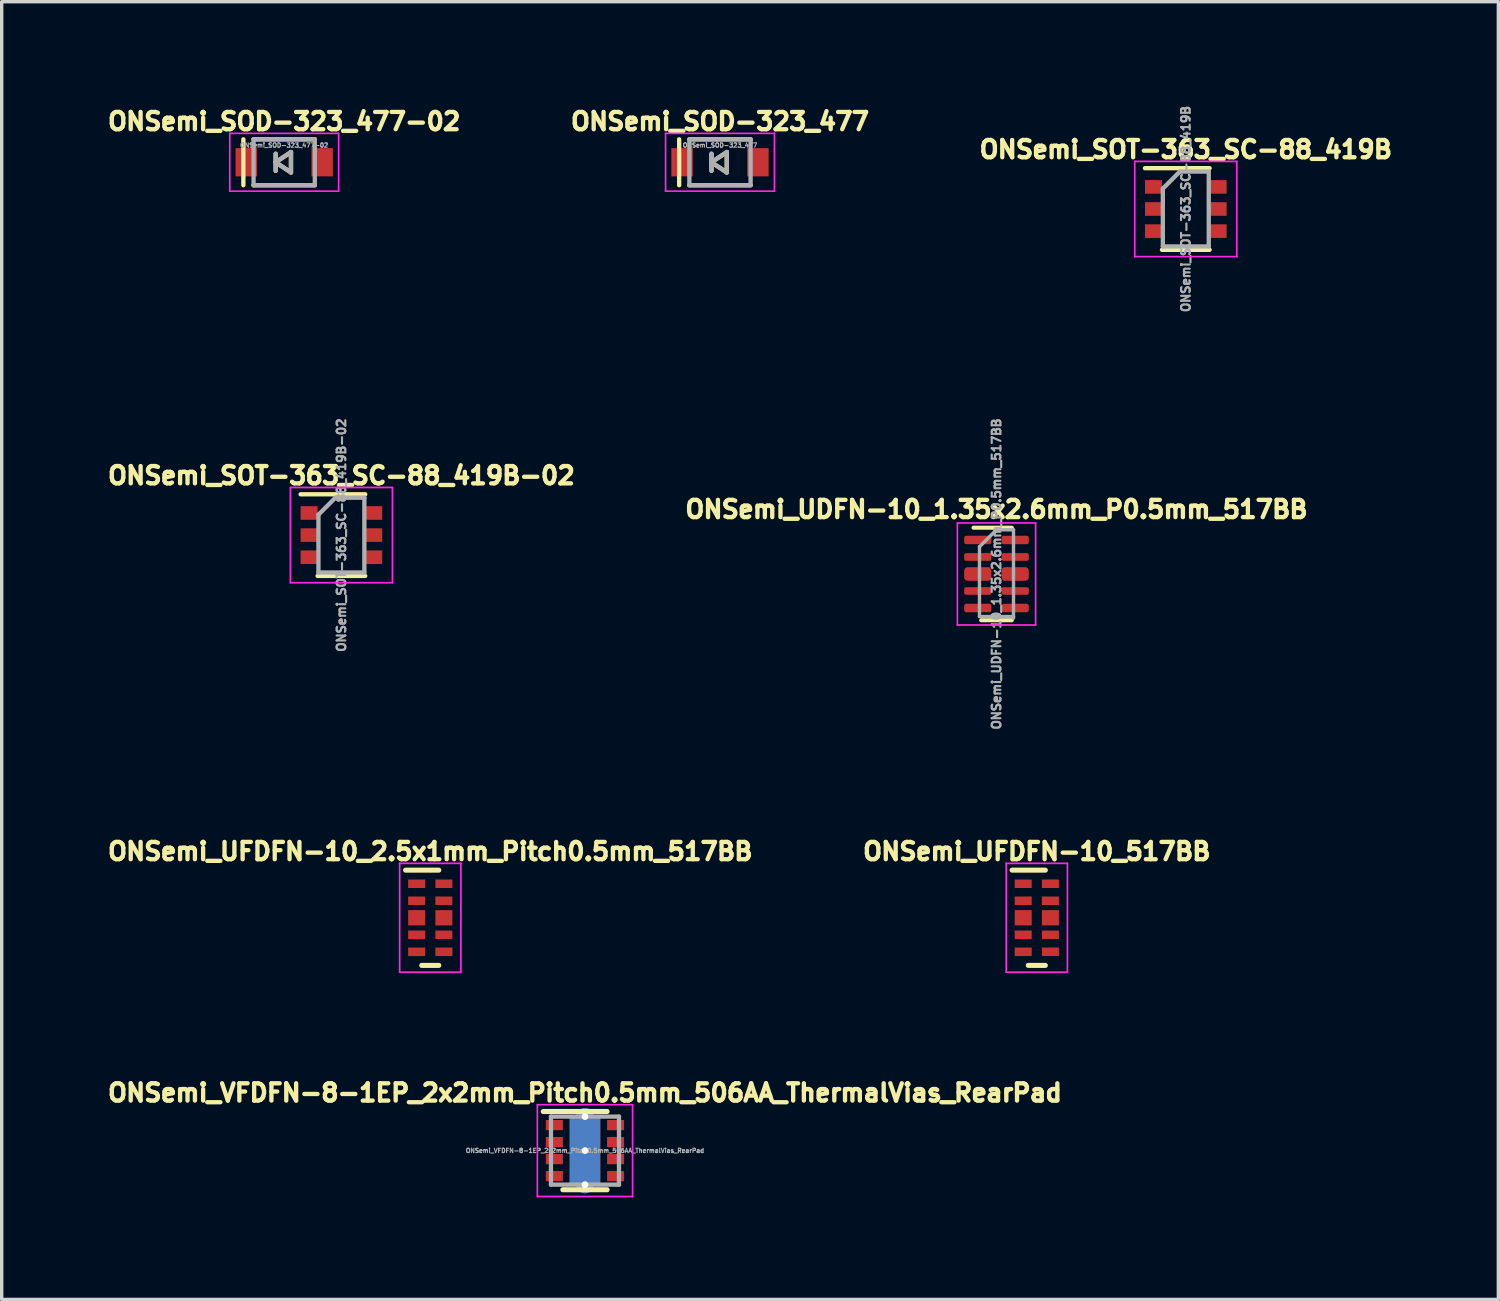
<source format=kicad_pcb>
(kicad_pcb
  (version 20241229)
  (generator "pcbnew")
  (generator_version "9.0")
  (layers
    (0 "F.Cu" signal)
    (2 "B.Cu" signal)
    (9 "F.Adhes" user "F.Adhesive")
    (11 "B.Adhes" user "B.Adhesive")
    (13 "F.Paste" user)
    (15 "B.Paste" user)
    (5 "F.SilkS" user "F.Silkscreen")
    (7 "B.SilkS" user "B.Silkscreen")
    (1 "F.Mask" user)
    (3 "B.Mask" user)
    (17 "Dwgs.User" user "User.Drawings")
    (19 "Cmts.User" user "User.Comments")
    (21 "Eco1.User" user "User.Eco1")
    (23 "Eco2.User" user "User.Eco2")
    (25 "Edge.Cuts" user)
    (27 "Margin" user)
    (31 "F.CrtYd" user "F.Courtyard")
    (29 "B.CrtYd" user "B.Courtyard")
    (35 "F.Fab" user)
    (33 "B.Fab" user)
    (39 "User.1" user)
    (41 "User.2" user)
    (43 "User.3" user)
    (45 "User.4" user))
  (footprint "ONSemi_SOT-363_SC-88_419B"
    (layer "F.Cu")
    (at 31.808 3.094)
    (property "Reference" "ONSemi_SOT-363_SC-88_419B" (at 0 -1.75 0) (layer "F.SilkS") (effects (font (size 0.508 0.508) (thickness 0.127))))
    (attr smd)
    (fp_line (start -0.7 1.2) (end 0.7 1.2) (stroke (width 0.127) (type solid)) (layer "F.SilkS"))
    (fp_line (start 0.7 -1.2) (end -1.2 -1.2) (stroke (width 0.127) (type solid)) (layer "F.SilkS"))
    (fp_line (start -1.5 -1.4) (end -1.5 1.4) (stroke (width 0.05) (type solid)) (layer "F.CrtYd"))
    (fp_line (start -1.5 -1.4) (end 1.5 -1.4) (stroke (width 0.05) (type solid)) (layer "F.CrtYd"))
    (fp_line (start -1.5 1.4) (end 1.5 1.4) (stroke (width 0.05) (type solid)) (layer "F.CrtYd"))
    (fp_line (start 1.5 1.4) (end 1.5 -1.4) (stroke (width 0.05) (type solid)) (layer "F.CrtYd"))
    (fp_line (start -0.675 -0.6) (end -0.675 1.1) (stroke (width 0.127) (type solid)) (layer "F.Fab"))
    (fp_line (start -0.175 -1.1) (end -0.675 -0.6) (stroke (width 0.127) (type solid)) (layer "F.Fab"))
    (fp_line (start 0.675 -1.1) (end -0.175 -1.1) (stroke (width 0.127) (type solid)) (layer "F.Fab"))
    (fp_line (start 0.675 -1.1) (end 0.675 1.1) (stroke (width 0.127) (type solid)) (layer "F.Fab"))
    (fp_line (start 0.675 1.1) (end -0.675 1.1) (stroke (width 0.127) (type solid)) (layer "F.Fab"))
    (fp_text user "${REFERENCE}" (at 0 0 90) (layer "F.Fab") (effects (font (size 0.254 0.254) (thickness 0.064))))
    (pad "1" smd rect (at -0.95 -0.65) (size 0.5 0.4) (layers "F.Cu" "F.Mask" "F.Paste"))
    (pad "2" smd rect (at -0.95 0) (size 0.5 0.4) (layers "F.Cu" "F.Mask" "F.Paste"))
    (pad "3" smd rect (at -0.95 0.65) (size 0.5 0.4) (layers "F.Cu" "F.Mask" "F.Paste"))
    (pad "4" smd rect (at 0.95 0.65) (size 0.5 0.4) (layers "F.Cu" "F.Mask" "F.Paste"))
    (pad "5" smd rect (at 0.95 0) (size 0.5 0.4) (layers "F.Cu" "F.Mask" "F.Paste"))
    (pad "6" smd rect (at 0.95 -0.65) (size 0.5 0.4) (layers "F.Cu" "F.Mask" "F.Paste")))
  (footprint "ONSemi_UFDFN-10_517BB"
    (layer "F.Cu")
    (at 27.428 23.929)
    (property "Reference" "ONSemi_UFDFN-10_517BB" (at 0 -1.95 0) (layer "F.SilkS") (effects (font (size 0.508 0.508) (thickness 0.127))))
    (attr smd)
    (fp_line (start -0.725 -1.4) (end 0.25 -1.4) (stroke (width 0.15) (type solid)) (layer "F.SilkS"))
    (fp_line (start -0.25 1.4) (end 0.25 1.4) (stroke (width 0.15) (type solid)) (layer "F.SilkS"))
    (fp_line (start -0.9 -1.6) (end -0.9 1.6) (stroke (width 0.05) (type solid)) (layer "F.CrtYd"))
    (fp_line (start -0.9 -1.6) (end 0.9 -1.6) (stroke (width 0.05) (type solid)) (layer "F.CrtYd"))
    (fp_line (start -0.9 1.6) (end 0.9 1.6) (stroke (width 0.05) (type solid)) (layer "F.CrtYd"))
    (fp_line (start 0.9 -1.6) (end 0.9 1.6) (stroke (width 0.05) (type solid)) (layer "F.CrtYd"))
    (pad "1" smd rect (at -0.4 -1) (size 0.5 0.25) (layers "F.Cu" "F.Mask" "F.Paste"))
    (pad "2" smd rect (at -0.4 -0.5) (size 0.5 0.25) (layers "F.Cu" "F.Mask" "F.Paste"))
    (pad "3" smd rect (at -0.4 0) (size 0.5 0.45) (layers "F.Cu" "F.Mask" "F.Paste"))
    (pad "4" smd rect (at -0.4 0.5) (size 0.5 0.25) (layers "F.Cu" "F.Mask" "F.Paste"))
    (pad "5" smd rect (at -0.4 1) (size 0.5 0.25) (layers "F.Cu" "F.Mask" "F.Paste"))
    (pad "6" smd rect (at 0.4 1) (size 0.5 0.25) (layers "F.Cu" "F.Mask" "F.Paste"))
    (pad "7" smd rect (at 0.4 0.5) (size 0.5 0.25) (layers "F.Cu" "F.Mask" "F.Paste"))
    (pad "8" smd rect (at 0.4 0) (size 0.5 0.45) (layers "F.Cu" "F.Mask" "F.Paste"))
    (pad "9" smd rect (at 0.4 -0.5) (size 0.5 0.25) (layers "F.Cu" "F.Mask" "F.Paste"))
    (pad "10" smd rect (at 0.4 -1) (size 0.5 0.25) (layers "F.Cu" "F.Mask" "F.Paste")))
  (footprint "ONSemi_SOT-363_SC-88_419B-02"
    (layer "F.Cu")
    (at 6.986 12.68)
    (property "Reference" "ONSemi_SOT-363_SC-88_419B-02" (at 0 -1.75 0) (layer "F.SilkS") (effects (font (size 0.508 0.508) (thickness 0.127))))
    (attr smd)
    (fp_line (start -0.7 1.2) (end 0.7 1.2) (stroke (width 0.127) (type solid)) (layer "F.SilkS"))
    (fp_line (start 0.7 -1.2) (end -1.2 -1.2) (stroke (width 0.127) (type solid)) (layer "F.SilkS"))
    (fp_line (start -1.5 -1.4) (end -1.5 1.4) (stroke (width 0.05) (type solid)) (layer "F.CrtYd"))
    (fp_line (start -1.5 -1.4) (end 1.5 -1.4) (stroke (width 0.05) (type solid)) (layer "F.CrtYd"))
    (fp_line (start -1.5 1.4) (end 1.5 1.4) (stroke (width 0.05) (type solid)) (layer "F.CrtYd"))
    (fp_line (start 1.5 1.4) (end 1.5 -1.4) (stroke (width 0.05) (type solid)) (layer "F.CrtYd"))
    (fp_line (start -0.675 -0.6) (end -0.675 1.1) (stroke (width 0.127) (type solid)) (layer "F.Fab"))
    (fp_line (start -0.175 -1.1) (end -0.675 -0.6) (stroke (width 0.127) (type solid)) (layer "F.Fab"))
    (fp_line (start 0.675 -1.1) (end -0.175 -1.1) (stroke (width 0.127) (type solid)) (layer "F.Fab"))
    (fp_line (start 0.675 -1.1) (end 0.675 1.1) (stroke (width 0.127) (type solid)) (layer "F.Fab"))
    (fp_line (start 0.675 1.1) (end -0.675 1.1) (stroke (width 0.127) (type solid)) (layer "F.Fab"))
    (fp_text user "${REFERENCE}" (at 0 0 90) (layer "F.Fab") (effects (font (size 0.254 0.254) (thickness 0.064))))
    (pad "1" smd rect (at -0.95 -0.65) (size 0.5 0.4) (layers "F.Cu" "F.Mask" "F.Paste"))
    (pad "2" smd rect (at -0.95 0) (size 0.5 0.4) (layers "F.Cu" "F.Mask" "F.Paste"))
    (pad "3" smd rect (at -0.95 0.65) (size 0.5 0.4) (layers "F.Cu" "F.Mask" "F.Paste"))
    (pad "4" smd rect (at 0.95 0.65) (size 0.5 0.4) (layers "F.Cu" "F.Mask" "F.Paste"))
    (pad "5" smd rect (at 0.95 0) (size 0.5 0.4) (layers "F.Cu" "F.Mask" "F.Paste"))
    (pad "6" smd rect (at 0.95 -0.65) (size 0.5 0.4) (layers "F.Cu" "F.Mask" "F.Paste")))
  (footprint "ONSemi_VFDFN-8-1EP_2x2mm_Pitch0.5mm_506AA_ThermalVias_RearPad"
    (layer "F.Cu")
    (at 14.146 30.774)
    (property "Reference" "ONSemi_VFDFN-8-1EP_2x2mm_Pitch0.5mm_506AA_ThermalVias_RearPad" (at 0 -1.7 0) (layer "F.SilkS") (effects (font (size 0.508 0.508) (thickness 0.127))))
    (attr smd)
    (fp_line (start -1.225 -1.15) (end 0.65 -1.15) (stroke (width 0.15) (type solid)) (layer "F.SilkS"))
    (fp_line (start -0.65 1.15) (end 0.65 1.15) (stroke (width 0.15) (type solid)) (layer "F.SilkS"))
    (fp_line (start -1.4 -1.35) (end -1.4 1.35) (stroke (width 0.05) (type solid)) (layer "F.CrtYd"))
    (fp_line (start -1.4 -1.35) (end 1.4 -1.35) (stroke (width 0.05) (type solid)) (layer "F.CrtYd"))
    (fp_line (start -1.4 1.35) (end 1.4 1.35) (stroke (width 0.05) (type solid)) (layer "F.CrtYd"))
    (fp_line (start 1.4 -1.35) (end 1.4 1.35) (stroke (width 0.05) (type solid)) (layer "F.CrtYd"))
    (fp_line (start -1 -1) (end 1 -1) (stroke (width 0.127) (type solid)) (layer "F.Fab"))
    (fp_line (start -1 1) (end -1 -1) (stroke (width 0.127) (type solid)) (layer "F.Fab"))
    (fp_line (start 1 -1) (end 1 1) (stroke (width 0.127) (type solid)) (layer "F.Fab"))
    (fp_line (start 1 1) (end -1 1) (stroke (width 0.127) (type solid)) (layer "F.Fab"))
    (fp_text user "${REFERENCE}" (at 0 0 0) (layer "F.Fab") (effects (font (size 0.127 0.127) (thickness 0.032))))
    (pad "" smd rect (at 0 -0.325) (size 0.9 0.65) (layers "F.Paste"))
    (pad "" smd rect (at 0 0.325) (size 0.9 0.65) (layers "F.Paste"))
    (pad "1" smd rect (at -0.9 -0.75) (size 0.5 0.3) (layers "F.Cu" "F.Mask" "F.Paste"))
    (pad "2" smd rect (at -0.9 -0.25) (size 0.5 0.3) (layers "F.Cu" "F.Mask" "F.Paste"))
    (pad "3" smd rect (at -0.9 0.25) (size 0.5 0.3) (layers "F.Cu" "F.Mask" "F.Paste"))
    (pad "4" smd rect (at -0.9 0.75) (size 0.5 0.3) (layers "F.Cu" "F.Mask" "F.Paste"))
    (pad "5" smd rect (at 0.9 0.75) (size 0.5 0.3) (layers "F.Cu" "F.Mask" "F.Paste"))
    (pad "6" smd rect (at 0.9 0.25) (size 0.5 0.3) (layers "F.Cu" "F.Mask" "F.Paste"))
    (pad "7" smd rect (at 0.9 -0.25) (size 0.5 0.3) (layers "F.Cu" "F.Mask" "F.Paste"))
    (pad "8" smd rect (at 0.9 -0.75) (size 0.5 0.3) (layers "F.Cu" "F.Mask" "F.Paste"))
    (pad "9" thru_hole circle (at 0 -1) (size 0.508 0.508) (drill 0.2) (layers "*.Cu"))
    (pad "9" smd rect (at 0 -0.825) (size 0.9 0.35) (layers "F.Cu"))
    (pad "9" thru_hole circle (at 0 0) (size 0.508 0.508) (drill 0.2) (layers "*.Cu"))
    (pad "9" smd rect (at 0 0) (size 0.9 1.3) (layers "F.Cu" "F.Mask"))
    (pad "9" smd rect (at 0 0) (size 0.9 2) (layers "B.Cu" "B.Mask"))
    (pad "9" smd rect (at 0 0.825) (size 0.9 0.35) (layers "F.Cu"))
    (pad "9" thru_hole circle (at 0 1) (size 0.508 0.508) (drill 0.2) (layers "*.Cu")))
  (footprint "ONSemi_UDFN-10_1.35x2.6mm_P0.5mm_517BB"
    (layer "F.Cu")
    (at 26.243 13.823)
    (property "Reference" "ONSemi_UDFN-10_1.35x2.6mm_P0.5mm_517BB" (at 0 -1.9 0) (layer "F.SilkS") (effects (font (size 0.508 0.508) (thickness 0.127))))
    (attr smd)
    (fp_line (start -0.675 -1.36) (end 0.45 -1.36) (stroke (width 0.12) (type solid)) (layer "F.SilkS"))
    (fp_line (start -0.45 1.36) (end 0.45 1.36) (stroke (width 0.12) (type solid)) (layer "F.SilkS"))
    (fp_line (start -1.15 -1.5) (end -1.15 1.5) (stroke (width 0.05) (type solid)) (layer "F.CrtYd"))
    (fp_line (start -1.15 -1.5) (end 1.15 -1.5) (stroke (width 0.05) (type solid)) (layer "F.CrtYd"))
    (fp_line (start -1.15 1.5) (end 1.15 1.5) (stroke (width 0.05) (type solid)) (layer "F.CrtYd"))
    (fp_line (start 1.15 -1.5) (end 1.15 1.5) (stroke (width 0.05) (type solid)) (layer "F.CrtYd"))
    (fp_line (start -0.5 -0.8) (end 0 -1.3) (stroke (width 0.1) (type solid)) (layer "F.Fab"))
    (fp_line (start -0.5 1.25) (end -0.5 -0.8) (stroke (width 0.1) (type solid)) (layer "F.Fab"))
    (fp_line (start 0 -1.3) (end 0.5 -1.3) (stroke (width 0.1) (type solid)) (layer "F.Fab"))
    (fp_line (start 0.5 -1.3) (end 0.5 1.3) (stroke (width 0.1) (type solid)) (layer "F.Fab"))
    (fp_line (start 0.5 1.25) (end -0.5 1.25) (stroke (width 0.1) (type solid)) (layer "F.Fab"))
    (fp_text user "${REFERENCE}" (at 0 0 90) (layer "F.Fab") (effects (font (size 0.254 0.254) (thickness 0.064))))
    (pad "1" smd roundrect (at -0.55 -1) (size 0.8 0.25) (layers "F.Cu" "F.Mask" "F.Paste") (roundrect_rratio 0.25))
    (pad "2" smd roundrect (at -0.55 -0.5) (size 0.8 0.225) (layers "F.Cu" "F.Mask" "F.Paste") (roundrect_rratio 0.25))
    (pad "3" smd roundrect (at -0.55 0) (size 0.8 0.4) (layers "F.Cu" "F.Mask" "F.Paste") (roundrect_rratio 0.25))
    (pad "4" smd roundrect (at -0.55 0.5) (size 0.8 0.225) (layers "F.Cu" "F.Mask" "F.Paste") (roundrect_rratio 0.25))
    (pad "5" smd roundrect (at -0.55 1) (size 0.8 0.25) (layers "F.Cu" "F.Mask" "F.Paste") (roundrect_rratio 0.25))
    (pad "6" smd roundrect (at 0.55 1) (size 0.8 0.25) (layers "F.Cu" "F.Mask" "F.Paste") (roundrect_rratio 0.25))
    (pad "7" smd roundrect (at 0.55 0.5) (size 0.8 0.225) (layers "F.Cu" "F.Mask" "F.Paste") (roundrect_rratio 0.25))
    (pad "8" smd roundrect (at 0.55 0) (size 0.8 0.4) (layers "F.Cu" "F.Mask" "F.Paste") (roundrect_rratio 0.25))
    (pad "9" smd roundrect (at 0.55 -0.5) (size 0.8 0.225) (layers "F.Cu" "F.Mask" "F.Paste") (roundrect_rratio 0.25))
    (pad "10" smd roundrect (at 0.55 -1) (size 0.8 0.25) (layers "F.Cu" "F.Mask" "F.Paste") (roundrect_rratio 0.25)))
  (footprint "ONSemi_SOD-323_477-02"
    (layer "F.Cu")
    (at 5.304 1.72)
    (property "Reference" "ONSemi_SOD-323_477-02" (at 0 -1.2 0) (layer "F.SilkS") (effects (font (size 0.508 0.508) (thickness 0.127))))
    (attr through_hole)
    (fp_line (start -1.2 -0.675) (end -1.2 0.675) (stroke (width 0.127) (type solid)) (layer "F.SilkS"))
    (fp_line (start -0.9 -0.675) (end 0.9 -0.675) (stroke (width 0.127) (type solid)) (layer "F.SilkS"))
    (fp_line (start -0.9 0.675) (end 0.9 0.675) (stroke (width 0.127) (type solid)) (layer "F.SilkS"))
    (fp_line (start -0.25 -0.25) (end -0.25 0.25) (stroke (width 0.127) (type solid)) (layer "F.SilkS"))
    (fp_line (start -0.25 0) (end 0.2 -0.3) (stroke (width 0.127) (type solid)) (layer "F.SilkS"))
    (fp_line (start 0.2 -0.3) (end 0.2 0.3) (stroke (width 0.127) (type solid)) (layer "F.SilkS"))
    (fp_line (start 0.2 0.3) (end -0.25 0) (stroke (width 0.127) (type solid)) (layer "F.SilkS"))
    (fp_line (start -1.6 -0.85) (end 1.6 -0.85) (stroke (width 0.05) (type solid)) (layer "F.CrtYd"))
    (fp_line (start -1.6 0.85) (end -1.6 -0.85) (stroke (width 0.05) (type solid)) (layer "F.CrtYd"))
    (fp_line (start -1.6 0.85) (end 1.6 0.85) (stroke (width 0.05) (type solid)) (layer "F.CrtYd"))
    (fp_line (start 1.6 -0.85) (end 1.6 0.85) (stroke (width 0.05) (type solid)) (layer "F.CrtYd"))
    (fp_line (start -0.9 -0.675) (end -0.9 0.675) (stroke (width 0.127) (type solid)) (layer "F.Fab"))
    (fp_line (start -0.9 -0.675) (end 0.9 -0.675) (stroke (width 0.127) (type solid)) (layer "F.Fab"))
    (fp_line (start -0.9 0.675) (end 0.9 0.675) (stroke (width 0.127) (type solid)) (layer "F.Fab"))
    (fp_line (start -0.25 -0.25) (end -0.25 0.25) (stroke (width 0.127) (type solid)) (layer "F.Fab"))
    (fp_line (start -0.25 0) (end 0.2 -0.3) (stroke (width 0.127) (type solid)) (layer "F.Fab"))
    (fp_line (start 0.2 -0.3) (end 0.2 0.3) (stroke (width 0.127) (type solid)) (layer "F.Fab"))
    (fp_line (start 0.2 0.3) (end -0.25 0) (stroke (width 0.127) (type solid)) (layer "F.Fab"))
    (fp_line (start 0.9 -0.675) (end 0.9 0.675) (stroke (width 0.127) (type solid)) (layer "F.Fab"))
    (fp_text user "${REFERENCE}" (at 0 -0.5 0) (layer "F.Fab") (effects (font (size 0.127 0.127) (thickness 0.032))))
    (pad "1" smd rect (at -1.115 0) (size 0.63 0.83) (layers "F.Cu" "F.Mask" "F.Paste"))
    (pad "2" smd rect (at 1.115 0) (size 0.63 0.83) (layers "F.Cu" "F.Mask" "F.Paste")))
  (footprint "ONSemi_SOD-323_477"
    (layer "F.Cu")
    (at 18.115 1.72)
    (property "Reference" "ONSemi_SOD-323_477" (at 0 -1.2 0) (layer "F.SilkS") (effects (font (size 0.508 0.508) (thickness 0.127))))
    (attr through_hole)
    (fp_line (start -1.2 -0.675) (end -1.2 0.675) (stroke (width 0.127) (type solid)) (layer "F.SilkS"))
    (fp_line (start -0.9 -0.675) (end 0.9 -0.675) (stroke (width 0.127) (type solid)) (layer "F.SilkS"))
    (fp_line (start -0.9 0.675) (end 0.9 0.675) (stroke (width 0.127) (type solid)) (layer "F.SilkS"))
    (fp_line (start -0.25 -0.25) (end -0.25 0.25) (stroke (width 0.127) (type solid)) (layer "F.SilkS"))
    (fp_line (start -0.25 0) (end 0.2 -0.3) (stroke (width 0.127) (type solid)) (layer "F.SilkS"))
    (fp_line (start 0.2 -0.3) (end 0.2 0.3) (stroke (width 0.127) (type solid)) (layer "F.SilkS"))
    (fp_line (start 0.2 0.3) (end -0.25 0) (stroke (width 0.127) (type solid)) (layer "F.SilkS"))
    (fp_line (start -1.6 -0.85) (end 1.6 -0.85) (stroke (width 0.05) (type solid)) (layer "F.CrtYd"))
    (fp_line (start -1.6 0.85) (end -1.6 -0.85) (stroke (width 0.05) (type solid)) (layer "F.CrtYd"))
    (fp_line (start -1.6 0.85) (end 1.6 0.85) (stroke (width 0.05) (type solid)) (layer "F.CrtYd"))
    (fp_line (start 1.6 -0.85) (end 1.6 0.85) (stroke (width 0.05) (type solid)) (layer "F.CrtYd"))
    (fp_line (start -0.9 -0.675) (end -0.9 0.675) (stroke (width 0.127) (type solid)) (layer "F.Fab"))
    (fp_line (start -0.9 -0.675) (end 0.9 -0.675) (stroke (width 0.127) (type solid)) (layer "F.Fab"))
    (fp_line (start -0.9 0.675) (end 0.9 0.675) (stroke (width 0.127) (type solid)) (layer "F.Fab"))
    (fp_line (start -0.25 -0.25) (end -0.25 0.25) (stroke (width 0.127) (type solid)) (layer "F.Fab"))
    (fp_line (start -0.25 0) (end 0.2 -0.3) (stroke (width 0.127) (type solid)) (layer "F.Fab"))
    (fp_line (start 0.2 -0.3) (end 0.2 0.3) (stroke (width 0.127) (type solid)) (layer "F.Fab"))
    (fp_line (start 0.2 0.3) (end -0.25 0) (stroke (width 0.127) (type solid)) (layer "F.Fab"))
    (fp_line (start 0.9 -0.675) (end 0.9 0.675) (stroke (width 0.127) (type solid)) (layer "F.Fab"))
    (fp_text user "${REFERENCE}" (at 0 -0.5 0) (layer "F.Fab") (effects (font (size 0.127 0.127) (thickness 0.032))))
    (pad "1" smd rect (at -1.115 0) (size 0.63 0.83) (layers "F.Cu" "F.Mask" "F.Paste"))
    (pad "2" smd rect (at 1.115 0) (size 0.63 0.83) (layers "F.Cu" "F.Mask" "F.Paste")))
  (footprint "ONSemi_UFDFN-10_2.5x1mm_Pitch0.5mm_517BB"
    (layer "F.Cu")
    (at 9.598 23.929)
    (property "Reference" "ONSemi_UFDFN-10_2.5x1mm_Pitch0.5mm_517BB" (at 0 -1.95 0) (layer "F.SilkS") (effects (font (size 0.508 0.508) (thickness 0.127))))
    (attr smd)
    (fp_line (start -0.725 -1.4) (end 0.25 -1.4) (stroke (width 0.15) (type solid)) (layer "F.SilkS"))
    (fp_line (start -0.25 1.4) (end 0.25 1.4) (stroke (width 0.15) (type solid)) (layer "F.SilkS"))
    (fp_line (start -0.9 -1.6) (end -0.9 1.6) (stroke (width 0.05) (type solid)) (layer "F.CrtYd"))
    (fp_line (start -0.9 -1.6) (end 0.9 -1.6) (stroke (width 0.05) (type solid)) (layer "F.CrtYd"))
    (fp_line (start -0.9 1.6) (end 0.9 1.6) (stroke (width 0.05) (type solid)) (layer "F.CrtYd"))
    (fp_line (start 0.9 -1.6) (end 0.9 1.6) (stroke (width 0.05) (type solid)) (layer "F.CrtYd"))
    (pad "1" smd rect (at -0.4 -1) (size 0.5 0.25) (layers "F.Cu" "F.Mask" "F.Paste"))
    (pad "2" smd rect (at -0.4 -0.5) (size 0.5 0.25) (layers "F.Cu" "F.Mask" "F.Paste"))
    (pad "3" smd rect (at -0.4 0) (size 0.5 0.45) (layers "F.Cu" "F.Mask" "F.Paste"))
    (pad "4" smd rect (at -0.4 0.5) (size 0.5 0.25) (layers "F.Cu" "F.Mask" "F.Paste"))
    (pad "5" smd rect (at -0.4 1) (size 0.5 0.25) (layers "F.Cu" "F.Mask" "F.Paste"))
    (pad "6" smd rect (at 0.4 1) (size 0.5 0.25) (layers "F.Cu" "F.Mask" "F.Paste"))
    (pad "7" smd rect (at 0.4 0.5) (size 0.5 0.25) (layers "F.Cu" "F.Mask" "F.Paste"))
    (pad "8" smd rect (at 0.4 0) (size 0.5 0.45) (layers "F.Cu" "F.Mask" "F.Paste"))
    (pad "9" smd rect (at 0.4 -0.5) (size 0.5 0.25) (layers "F.Cu" "F.Mask" "F.Paste"))
    (pad "10" smd rect (at 0.4 -1) (size 0.5 0.25) (layers "F.Cu" "F.Mask" "F.Paste")))
  (gr_rect
    (start -3 -3)
    (end 40.996 35.149)
    (stroke (width 0.1) (type default))
    (fill no)
    (layer "Edge.Cuts")))
</source>
